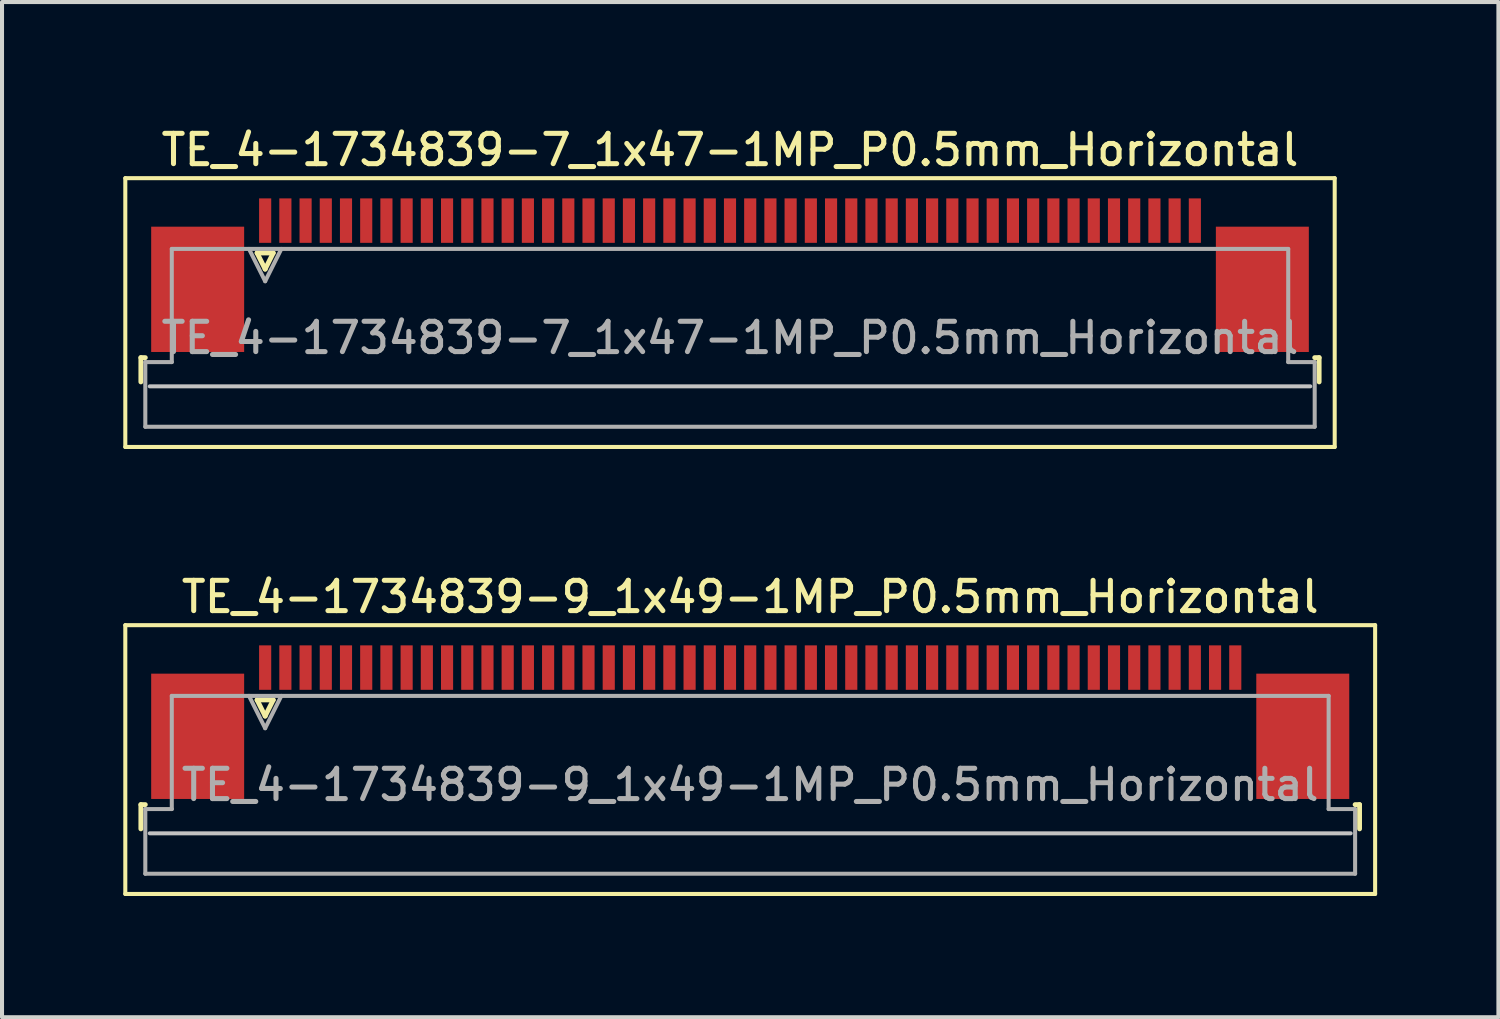
<source format=kicad_pcb>
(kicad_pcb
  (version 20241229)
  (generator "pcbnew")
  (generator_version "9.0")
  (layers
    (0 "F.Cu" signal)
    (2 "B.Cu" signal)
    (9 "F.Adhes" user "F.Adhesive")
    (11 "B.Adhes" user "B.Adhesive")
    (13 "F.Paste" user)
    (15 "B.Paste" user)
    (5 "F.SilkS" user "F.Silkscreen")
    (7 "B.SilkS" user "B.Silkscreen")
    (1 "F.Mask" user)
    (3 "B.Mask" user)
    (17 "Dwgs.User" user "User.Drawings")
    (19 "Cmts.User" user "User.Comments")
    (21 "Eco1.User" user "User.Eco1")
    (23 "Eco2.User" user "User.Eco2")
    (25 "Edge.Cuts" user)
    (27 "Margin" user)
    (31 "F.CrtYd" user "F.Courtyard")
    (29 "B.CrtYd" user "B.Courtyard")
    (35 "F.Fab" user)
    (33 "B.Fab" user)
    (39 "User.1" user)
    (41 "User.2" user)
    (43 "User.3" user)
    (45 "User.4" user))
  (footprint "TE_4-1734839-7_1x47-1MP_P0.5mm_Horizontal"
    (layer "F.Cu")
    (at 15.01 3.758)
    (property "Reference" "TE_4-1734839-7_1x47-1MP_P0.5mm_Horizontal" (at 0 -3.1 0) (layer "F.SilkS") (effects (font (size 0.75 0.75) (thickness 0.125))))
    (attr smd)
    (fp_line (start -14.96 -2.4) (end -14.96 4.25) (stroke (width 0.1) (type solid)) (layer "F.SilkS"))
    (fp_line (start -14.96 4.25) (end 14.96 4.25) (stroke (width 0.1) (type solid)) (layer "F.SilkS"))
    (fp_line (start -14.575 2.04) (end -14.575 2.64) (stroke (width 0.12) (type solid)) (layer "F.SilkS"))
    (fp_line (start -14.465 2.04) (end -14.575 2.04) (stroke (width 0.12) (type solid)) (layer "F.SilkS"))
    (fp_line (start -11.7 -0.55) (end -11.5 -0.15) (stroke (width 0.12) (type solid)) (layer "F.SilkS"))
    (fp_line (start -11.5 -0.15) (end -11.3 -0.55) (stroke (width 0.12) (type solid)) (layer "F.SilkS"))
    (fp_line (start -11.3 -0.55) (end -11.7 -0.55) (stroke (width 0.12) (type solid)) (layer "F.SilkS"))
    (fp_line (start 14.465 2.04) (end 14.575 2.04) (stroke (width 0.12) (type solid)) (layer "F.SilkS"))
    (fp_line (start 14.575 2.04) (end 14.575 2.64) (stroke (width 0.12) (type solid)) (layer "F.SilkS"))
    (fp_line (start 14.96 -2.4) (end -14.96 -2.4) (stroke (width 0.1) (type solid)) (layer "F.SilkS"))
    (fp_line (start 14.96 4.25) (end 14.96 -2.4) (stroke (width 0.1) (type solid)) (layer "F.SilkS"))
    (fp_line (start 14.355 2.75) (end -14.355 2.75) (stroke (width 0.1) (type solid)) (layer "Dwgs.User"))
    (fp_line (start -14.465 2.15) (end -13.81 2.15) (stroke (width 0.1) (type solid)) (layer "F.Fab"))
    (fp_line (start -14.465 3.75) (end -14.465 2.15) (stroke (width 0.1) (type solid)) (layer "F.Fab"))
    (fp_line (start -13.81 -0.65) (end 13.81 -0.65) (stroke (width 0.1) (type solid)) (layer "F.Fab"))
    (fp_line (start -13.81 2.15) (end -13.81 -0.65) (stroke (width 0.1) (type solid)) (layer "F.Fab"))
    (fp_line (start -11.9 -0.65) (end -11.5 0.15) (stroke (width 0.1) (type solid)) (layer "F.Fab"))
    (fp_line (start -11.5 0.15) (end -11.1 -0.65) (stroke (width 0.1) (type solid)) (layer "F.Fab"))
    (fp_line (start 13.81 -0.65) (end 13.81 2.15) (stroke (width 0.1) (type solid)) (layer "F.Fab"))
    (fp_line (start 13.81 2.15) (end 14.465 2.15) (stroke (width 0.1) (type solid)) (layer "F.Fab"))
    (fp_line (start 14.465 2.15) (end 14.465 3.75) (stroke (width 0.1) (type solid)) (layer "F.Fab"))
    (fp_line (start 14.465 3.75) (end -14.465 3.75) (stroke (width 0.1) (type solid)) (layer "F.Fab"))
    (fp_text user "${REFERENCE}" (at 0 1.55 0) (layer "F.Fab") (effects (font (size 0.75 0.75) (thickness 0.125))))
    (pad "1" smd rect (at -11.5 -1.35) (size 0.3 1.1) (layers "F.Cu" "F.Mask" "F.Paste"))
    (pad "2" smd rect (at -11 -1.35) (size 0.3 1.1) (layers "F.Cu" "F.Mask" "F.Paste"))
    (pad "3" smd rect (at -10.5 -1.35) (size 0.3 1.1) (layers "F.Cu" "F.Mask" "F.Paste"))
    (pad "4" smd rect (at -10 -1.35) (size 0.3 1.1) (layers "F.Cu" "F.Mask" "F.Paste"))
    (pad "5" smd rect (at -9.5 -1.35) (size 0.3 1.1) (layers "F.Cu" "F.Mask" "F.Paste"))
    (pad "6" smd rect (at -9 -1.35) (size 0.3 1.1) (layers "F.Cu" "F.Mask" "F.Paste"))
    (pad "7" smd rect (at -8.5 -1.35) (size 0.3 1.1) (layers "F.Cu" "F.Mask" "F.Paste"))
    (pad "8" smd rect (at -8 -1.35) (size 0.3 1.1) (layers "F.Cu" "F.Mask" "F.Paste"))
    (pad "9" smd rect (at -7.5 -1.35) (size 0.3 1.1) (layers "F.Cu" "F.Mask" "F.Paste"))
    (pad "10" smd rect (at -7 -1.35) (size 0.3 1.1) (layers "F.Cu" "F.Mask" "F.Paste"))
    (pad "11" smd rect (at -6.5 -1.35) (size 0.3 1.1) (layers "F.Cu" "F.Mask" "F.Paste"))
    (pad "12" smd rect (at -6 -1.35) (size 0.3 1.1) (layers "F.Cu" "F.Mask" "F.Paste"))
    (pad "13" smd rect (at -5.5 -1.35) (size 0.3 1.1) (layers "F.Cu" "F.Mask" "F.Paste"))
    (pad "14" smd rect (at -5 -1.35) (size 0.3 1.1) (layers "F.Cu" "F.Mask" "F.Paste"))
    (pad "15" smd rect (at -4.5 -1.35) (size 0.3 1.1) (layers "F.Cu" "F.Mask" "F.Paste"))
    (pad "16" smd rect (at -4 -1.35) (size 0.3 1.1) (layers "F.Cu" "F.Mask" "F.Paste"))
    (pad "17" smd rect (at -3.5 -1.35) (size 0.3 1.1) (layers "F.Cu" "F.Mask" "F.Paste"))
    (pad "18" smd rect (at -3 -1.35) (size 0.3 1.1) (layers "F.Cu" "F.Mask" "F.Paste"))
    (pad "19" smd rect (at -2.5 -1.35) (size 0.3 1.1) (layers "F.Cu" "F.Mask" "F.Paste"))
    (pad "20" smd rect (at -2 -1.35) (size 0.3 1.1) (layers "F.Cu" "F.Mask" "F.Paste"))
    (pad "21" smd rect (at -1.5 -1.35) (size 0.3 1.1) (layers "F.Cu" "F.Mask" "F.Paste"))
    (pad "22" smd rect (at -1 -1.35) (size 0.3 1.1) (layers "F.Cu" "F.Mask" "F.Paste"))
    (pad "23" smd rect (at -0.5 -1.35) (size 0.3 1.1) (layers "F.Cu" "F.Mask" "F.Paste"))
    (pad "24" smd rect (at 0 -1.35) (size 0.3 1.1) (layers "F.Cu" "F.Mask" "F.Paste"))
    (pad "25" smd rect (at 0.5 -1.35) (size 0.3 1.1) (layers "F.Cu" "F.Mask" "F.Paste"))
    (pad "26" smd rect (at 1 -1.35) (size 0.3 1.1) (layers "F.Cu" "F.Mask" "F.Paste"))
    (pad "27" smd rect (at 1.5 -1.35) (size 0.3 1.1) (layers "F.Cu" "F.Mask" "F.Paste"))
    (pad "28" smd rect (at 2 -1.35) (size 0.3 1.1) (layers "F.Cu" "F.Mask" "F.Paste"))
    (pad "29" smd rect (at 2.5 -1.35) (size 0.3 1.1) (layers "F.Cu" "F.Mask" "F.Paste"))
    (pad "30" smd rect (at 3 -1.35) (size 0.3 1.1) (layers "F.Cu" "F.Mask" "F.Paste"))
    (pad "31" smd rect (at 3.5 -1.35) (size 0.3 1.1) (layers "F.Cu" "F.Mask" "F.Paste"))
    (pad "32" smd rect (at 4 -1.35) (size 0.3 1.1) (layers "F.Cu" "F.Mask" "F.Paste"))
    (pad "33" smd rect (at 4.5 -1.35) (size 0.3 1.1) (layers "F.Cu" "F.Mask" "F.Paste"))
    (pad "34" smd rect (at 5 -1.35) (size 0.3 1.1) (layers "F.Cu" "F.Mask" "F.Paste"))
    (pad "35" smd rect (at 5.5 -1.35) (size 0.3 1.1) (layers "F.Cu" "F.Mask" "F.Paste"))
    (pad "36" smd rect (at 6 -1.35) (size 0.3 1.1) (layers "F.Cu" "F.Mask" "F.Paste"))
    (pad "37" smd rect (at 6.5 -1.35) (size 0.3 1.1) (layers "F.Cu" "F.Mask" "F.Paste"))
    (pad "38" smd rect (at 7 -1.35) (size 0.3 1.1) (layers "F.Cu" "F.Mask" "F.Paste"))
    (pad "39" smd rect (at 7.5 -1.35) (size 0.3 1.1) (layers "F.Cu" "F.Mask" "F.Paste"))
    (pad "40" smd rect (at 8 -1.35) (size 0.3 1.1) (layers "F.Cu" "F.Mask" "F.Paste"))
    (pad "41" smd rect (at 8.5 -1.35) (size 0.3 1.1) (layers "F.Cu" "F.Mask" "F.Paste"))
    (pad "42" smd rect (at 9 -1.35) (size 0.3 1.1) (layers "F.Cu" "F.Mask" "F.Paste"))
    (pad "43" smd rect (at 9.5 -1.35) (size 0.3 1.1) (layers "F.Cu" "F.Mask" "F.Paste"))
    (pad "44" smd rect (at 10 -1.35) (size 0.3 1.1) (layers "F.Cu" "F.Mask" "F.Paste"))
    (pad "45" smd rect (at 10.5 -1.35) (size 0.3 1.1) (layers "F.Cu" "F.Mask" "F.Paste"))
    (pad "46" smd rect (at 11 -1.35) (size 0.3 1.1) (layers "F.Cu" "F.Mask" "F.Paste"))
    (pad "47" smd rect (at 11.5 -1.35) (size 0.3 1.1) (layers "F.Cu" "F.Mask" "F.Paste"))
    (pad "MP" smd rect (at -13.17 0.35) (size 2.3 3.1) (layers "F.Cu" "F.Mask" "F.Paste"))
    (pad "MP" smd rect (at 13.17 0.35) (size 2.3 3.1) (layers "F.Cu" "F.Mask" "F.Paste")))
  (footprint "TE_4-1734839-9_1x49-1MP_P0.5mm_Horizontal"
    (layer "F.Cu")
    (at 15.51 14.816)
    (property "Reference" "TE_4-1734839-9_1x49-1MP_P0.5mm_Horizontal" (at 0 -3.1 0) (layer "F.SilkS") (effects (font (size 0.75 0.75) (thickness 0.125))))
    (attr smd)
    (fp_line (start -15.46 -2.4) (end -15.46 4.25) (stroke (width 0.1) (type solid)) (layer "F.SilkS"))
    (fp_line (start -15.46 4.25) (end 15.46 4.25) (stroke (width 0.1) (type solid)) (layer "F.SilkS"))
    (fp_line (start -15.075 2.04) (end -15.075 2.64) (stroke (width 0.12) (type solid)) (layer "F.SilkS"))
    (fp_line (start -14.965 2.04) (end -15.075 2.04) (stroke (width 0.12) (type solid)) (layer "F.SilkS"))
    (fp_line (start -12.2 -0.55) (end -12 -0.15) (stroke (width 0.12) (type solid)) (layer "F.SilkS"))
    (fp_line (start -12 -0.15) (end -11.8 -0.55) (stroke (width 0.12) (type solid)) (layer "F.SilkS"))
    (fp_line (start -11.8 -0.55) (end -12.2 -0.55) (stroke (width 0.12) (type solid)) (layer "F.SilkS"))
    (fp_line (start 14.965 2.04) (end 15.075 2.04) (stroke (width 0.12) (type solid)) (layer "F.SilkS"))
    (fp_line (start 15.075 2.04) (end 15.075 2.64) (stroke (width 0.12) (type solid)) (layer "F.SilkS"))
    (fp_line (start 15.46 -2.4) (end -15.46 -2.4) (stroke (width 0.1) (type solid)) (layer "F.SilkS"))
    (fp_line (start 15.46 4.25) (end 15.46 -2.4) (stroke (width 0.1) (type solid)) (layer "F.SilkS"))
    (fp_line (start 14.855 2.75) (end -14.855 2.75) (stroke (width 0.1) (type solid)) (layer "Dwgs.User"))
    (fp_line (start -14.965 2.15) (end -14.31 2.15) (stroke (width 0.1) (type solid)) (layer "F.Fab"))
    (fp_line (start -14.965 3.75) (end -14.965 2.15) (stroke (width 0.1) (type solid)) (layer "F.Fab"))
    (fp_line (start -14.31 -0.65) (end 14.31 -0.65) (stroke (width 0.1) (type solid)) (layer "F.Fab"))
    (fp_line (start -14.31 2.15) (end -14.31 -0.65) (stroke (width 0.1) (type solid)) (layer "F.Fab"))
    (fp_line (start -12.4 -0.65) (end -12 0.15) (stroke (width 0.1) (type solid)) (layer "F.Fab"))
    (fp_line (start -12 0.15) (end -11.6 -0.65) (stroke (width 0.1) (type solid)) (layer "F.Fab"))
    (fp_line (start 14.31 -0.65) (end 14.31 2.15) (stroke (width 0.1) (type solid)) (layer "F.Fab"))
    (fp_line (start 14.31 2.15) (end 14.965 2.15) (stroke (width 0.1) (type solid)) (layer "F.Fab"))
    (fp_line (start 14.965 2.15) (end 14.965 3.75) (stroke (width 0.1) (type solid)) (layer "F.Fab"))
    (fp_line (start 14.965 3.75) (end -14.965 3.75) (stroke (width 0.1) (type solid)) (layer "F.Fab"))
    (fp_text user "${REFERENCE}" (at 0 1.55 0) (layer "F.Fab") (effects (font (size 0.75 0.75) (thickness 0.125))))
    (pad "1" smd rect (at -12 -1.35) (size 0.3 1.1) (layers "F.Cu" "F.Mask" "F.Paste"))
    (pad "2" smd rect (at -11.5 -1.35) (size 0.3 1.1) (layers "F.Cu" "F.Mask" "F.Paste"))
    (pad "3" smd rect (at -11 -1.35) (size 0.3 1.1) (layers "F.Cu" "F.Mask" "F.Paste"))
    (pad "4" smd rect (at -10.5 -1.35) (size 0.3 1.1) (layers "F.Cu" "F.Mask" "F.Paste"))
    (pad "5" smd rect (at -10 -1.35) (size 0.3 1.1) (layers "F.Cu" "F.Mask" "F.Paste"))
    (pad "6" smd rect (at -9.5 -1.35) (size 0.3 1.1) (layers "F.Cu" "F.Mask" "F.Paste"))
    (pad "7" smd rect (at -9 -1.35) (size 0.3 1.1) (layers "F.Cu" "F.Mask" "F.Paste"))
    (pad "8" smd rect (at -8.5 -1.35) (size 0.3 1.1) (layers "F.Cu" "F.Mask" "F.Paste"))
    (pad "9" smd rect (at -8 -1.35) (size 0.3 1.1) (layers "F.Cu" "F.Mask" "F.Paste"))
    (pad "10" smd rect (at -7.5 -1.35) (size 0.3 1.1) (layers "F.Cu" "F.Mask" "F.Paste"))
    (pad "11" smd rect (at -7 -1.35) (size 0.3 1.1) (layers "F.Cu" "F.Mask" "F.Paste"))
    (pad "12" smd rect (at -6.5 -1.35) (size 0.3 1.1) (layers "F.Cu" "F.Mask" "F.Paste"))
    (pad "13" smd rect (at -6 -1.35) (size 0.3 1.1) (layers "F.Cu" "F.Mask" "F.Paste"))
    (pad "14" smd rect (at -5.5 -1.35) (size 0.3 1.1) (layers "F.Cu" "F.Mask" "F.Paste"))
    (pad "15" smd rect (at -5 -1.35) (size 0.3 1.1) (layers "F.Cu" "F.Mask" "F.Paste"))
    (pad "16" smd rect (at -4.5 -1.35) (size 0.3 1.1) (layers "F.Cu" "F.Mask" "F.Paste"))
    (pad "17" smd rect (at -4 -1.35) (size 0.3 1.1) (layers "F.Cu" "F.Mask" "F.Paste"))
    (pad "18" smd rect (at -3.5 -1.35) (size 0.3 1.1) (layers "F.Cu" "F.Mask" "F.Paste"))
    (pad "19" smd rect (at -3 -1.35) (size 0.3 1.1) (layers "F.Cu" "F.Mask" "F.Paste"))
    (pad "20" smd rect (at -2.5 -1.35) (size 0.3 1.1) (layers "F.Cu" "F.Mask" "F.Paste"))
    (pad "21" smd rect (at -2 -1.35) (size 0.3 1.1) (layers "F.Cu" "F.Mask" "F.Paste"))
    (pad "22" smd rect (at -1.5 -1.35) (size 0.3 1.1) (layers "F.Cu" "F.Mask" "F.Paste"))
    (pad "23" smd rect (at -1 -1.35) (size 0.3 1.1) (layers "F.Cu" "F.Mask" "F.Paste"))
    (pad "24" smd rect (at -0.5 -1.35) (size 0.3 1.1) (layers "F.Cu" "F.Mask" "F.Paste"))
    (pad "25" smd rect (at 0 -1.35) (size 0.3 1.1) (layers "F.Cu" "F.Mask" "F.Paste"))
    (pad "26" smd rect (at 0.5 -1.35) (size 0.3 1.1) (layers "F.Cu" "F.Mask" "F.Paste"))
    (pad "27" smd rect (at 1 -1.35) (size 0.3 1.1) (layers "F.Cu" "F.Mask" "F.Paste"))
    (pad "28" smd rect (at 1.5 -1.35) (size 0.3 1.1) (layers "F.Cu" "F.Mask" "F.Paste"))
    (pad "29" smd rect (at 2 -1.35) (size 0.3 1.1) (layers "F.Cu" "F.Mask" "F.Paste"))
    (pad "30" smd rect (at 2.5 -1.35) (size 0.3 1.1) (layers "F.Cu" "F.Mask" "F.Paste"))
    (pad "31" smd rect (at 3 -1.35) (size 0.3 1.1) (layers "F.Cu" "F.Mask" "F.Paste"))
    (pad "32" smd rect (at 3.5 -1.35) (size 0.3 1.1) (layers "F.Cu" "F.Mask" "F.Paste"))
    (pad "33" smd rect (at 4 -1.35) (size 0.3 1.1) (layers "F.Cu" "F.Mask" "F.Paste"))
    (pad "34" smd rect (at 4.5 -1.35) (size 0.3 1.1) (layers "F.Cu" "F.Mask" "F.Paste"))
    (pad "35" smd rect (at 5 -1.35) (size 0.3 1.1) (layers "F.Cu" "F.Mask" "F.Paste"))
    (pad "36" smd rect (at 5.5 -1.35) (size 0.3 1.1) (layers "F.Cu" "F.Mask" "F.Paste"))
    (pad "37" smd rect (at 6 -1.35) (size 0.3 1.1) (layers "F.Cu" "F.Mask" "F.Paste"))
    (pad "38" smd rect (at 6.5 -1.35) (size 0.3 1.1) (layers "F.Cu" "F.Mask" "F.Paste"))
    (pad "39" smd rect (at 7 -1.35) (size 0.3 1.1) (layers "F.Cu" "F.Mask" "F.Paste"))
    (pad "40" smd rect (at 7.5 -1.35) (size 0.3 1.1) (layers "F.Cu" "F.Mask" "F.Paste"))
    (pad "41" smd rect (at 8 -1.35) (size 0.3 1.1) (layers "F.Cu" "F.Mask" "F.Paste"))
    (pad "42" smd rect (at 8.5 -1.35) (size 0.3 1.1) (layers "F.Cu" "F.Mask" "F.Paste"))
    (pad "43" smd rect (at 9 -1.35) (size 0.3 1.1) (layers "F.Cu" "F.Mask" "F.Paste"))
    (pad "44" smd rect (at 9.5 -1.35) (size 0.3 1.1) (layers "F.Cu" "F.Mask" "F.Paste"))
    (pad "45" smd rect (at 10 -1.35) (size 0.3 1.1) (layers "F.Cu" "F.Mask" "F.Paste"))
    (pad "46" smd rect (at 10.5 -1.35) (size 0.3 1.1) (layers "F.Cu" "F.Mask" "F.Paste"))
    (pad "47" smd rect (at 11 -1.35) (size 0.3 1.1) (layers "F.Cu" "F.Mask" "F.Paste"))
    (pad "48" smd rect (at 11.5 -1.35) (size 0.3 1.1) (layers "F.Cu" "F.Mask" "F.Paste"))
    (pad "49" smd rect (at 12 -1.35) (size 0.3 1.1) (layers "F.Cu" "F.Mask" "F.Paste"))
    (pad "MP" smd rect (at -13.67 0.35) (size 2.3 3.1) (layers "F.Cu" "F.Mask" "F.Paste"))
    (pad "MP" smd rect (at 13.67 0.35) (size 2.3 3.1) (layers "F.Cu" "F.Mask" "F.Paste")))
  (gr_rect
    (start -3 -3)
    (end 34.02 22.116)
    (stroke (width 0.1) (type default))
    (fill no)
    (layer "Edge.Cuts")))
</source>
